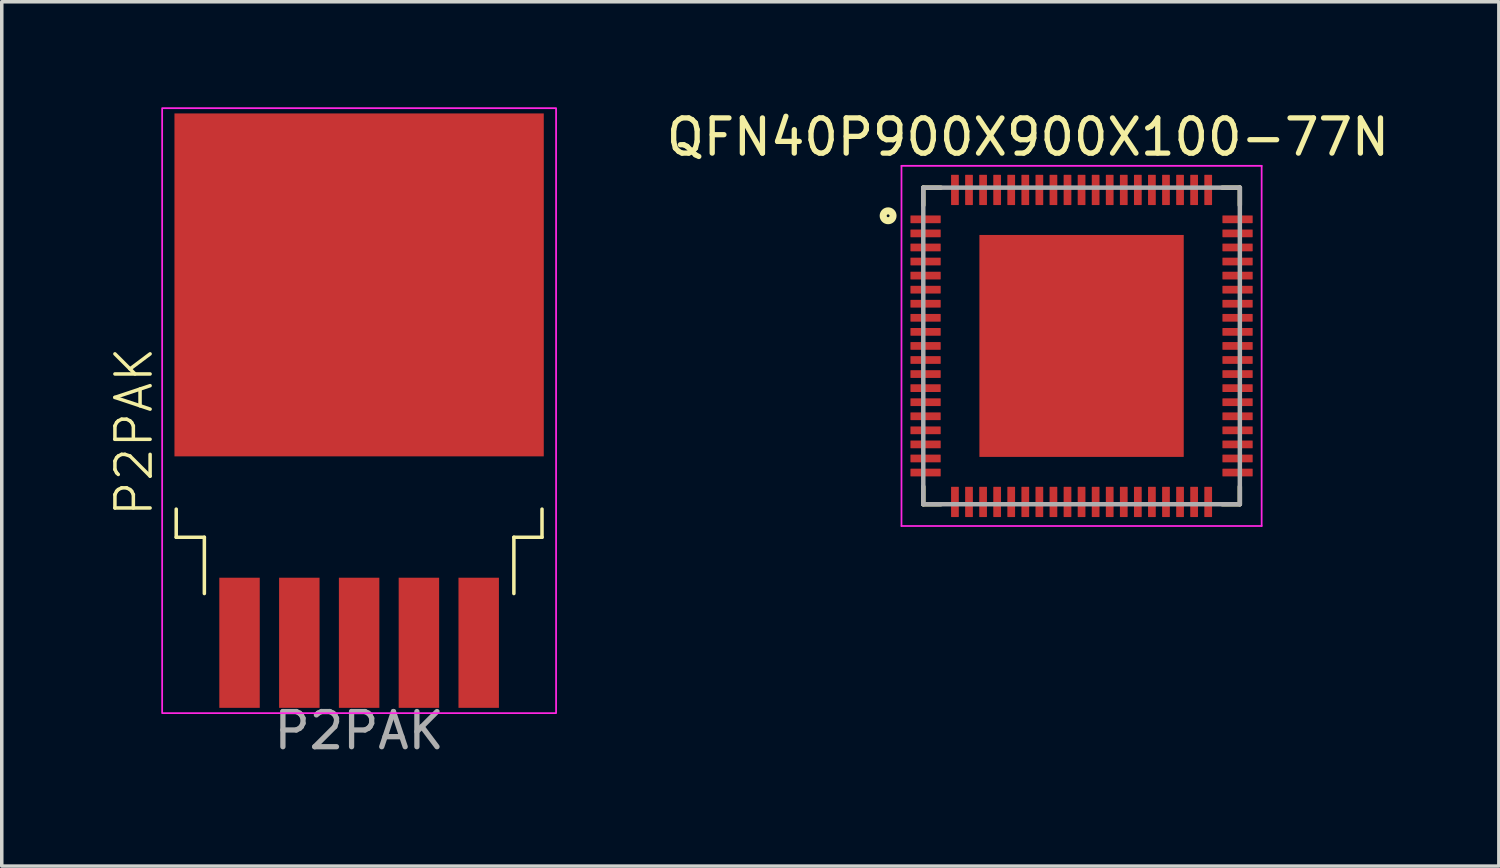
<source format=kicad_pcb>
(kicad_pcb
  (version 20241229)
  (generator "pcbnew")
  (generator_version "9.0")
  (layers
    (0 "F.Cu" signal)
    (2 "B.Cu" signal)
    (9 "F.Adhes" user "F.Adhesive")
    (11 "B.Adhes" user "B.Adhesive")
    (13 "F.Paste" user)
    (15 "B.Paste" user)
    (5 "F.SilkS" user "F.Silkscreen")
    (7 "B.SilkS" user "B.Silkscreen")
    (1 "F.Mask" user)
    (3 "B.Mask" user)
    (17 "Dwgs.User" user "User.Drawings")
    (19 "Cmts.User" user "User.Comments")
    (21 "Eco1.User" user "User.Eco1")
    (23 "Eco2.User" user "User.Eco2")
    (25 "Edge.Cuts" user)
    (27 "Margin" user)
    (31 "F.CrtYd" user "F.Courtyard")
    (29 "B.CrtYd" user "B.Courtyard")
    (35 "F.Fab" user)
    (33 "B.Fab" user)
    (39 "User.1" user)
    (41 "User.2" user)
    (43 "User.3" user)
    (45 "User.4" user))
  (footprint "QFN40P900X900X100-77N"
    (layer "F.Cu")
    (at 27.7 6.785)
    (property "Reference" "QFN40P900X900X100-77N" (at -1.525 -5.937 0) (layer "F.SilkS") (effects (font (size 1 1) (thickness 0.15))))
    (attr smd)
    (fp_line (start -4.5 -4.5) (end -4.5 -4) (stroke (width 0.127) (type solid)) (layer "F.SilkS"))
    (fp_line (start -4.5 4) (end -4.5 4.5) (stroke (width 0.127) (type solid)) (layer "F.SilkS"))
    (fp_line (start -4.5 4.5) (end -4 4.5) (stroke (width 0.127) (type solid)) (layer "F.SilkS"))
    (fp_line (start -4 -4.5) (end -4.5 -4.5) (stroke (width 0.127) (type solid)) (layer "F.SilkS"))
    (fp_line (start 4 -4.5) (end 4.5 -4.5) (stroke (width 0.127) (type solid)) (layer "F.SilkS"))
    (fp_line (start 4.5 -4.5) (end 4.5 -4) (stroke (width 0.127) (type solid)) (layer "F.SilkS"))
    (fp_line (start 4.5 4) (end 4.5 4.5) (stroke (width 0.127) (type solid)) (layer "F.SilkS"))
    (fp_line (start 4.5 4.5) (end 4 4.5) (stroke (width 0.127) (type solid)) (layer "F.SilkS"))
    (fp_circle (center -5.5 -3.7) (end -5.36 -3.7) (stroke (width 0.2) (type solid)) (fill no) (layer "F.SilkS"))
    (fp_poly (pts (xy -2.62 -2.855) (xy -1.265 -2.855) (xy -1.265 -1.348) (xy -2.62 -1.348)) (stroke (width 0.01) (type solid)) (fill yes) (layer "F.Paste"))
    (fp_poly (pts (xy -2.619 -0.755) (xy -1.265 -0.755) (xy -1.265 0.756) (xy -2.619 0.756)) (stroke (width 0.01) (type solid)) (fill yes) (layer "F.Paste"))
    (fp_poly (pts (xy -2.618 1.345) (xy -1.265 1.345) (xy -1.265 2.858) (xy -2.618 2.858)) (stroke (width 0.01) (type solid)) (fill yes) (layer "F.Paste"))
    (fp_poly (pts (xy -0.676 -0.755) (xy 0.675 -0.755) (xy 0.675 0.756) (xy -0.676 0.756)) (stroke (width 0.01) (type solid)) (fill yes) (layer "F.Paste"))
    (fp_poly (pts (xy -0.676 -2.855) (xy 0.675 -2.855) (xy 0.675 -1.347) (xy -0.676 -1.347)) (stroke (width 0.01) (type solid)) (fill yes) (layer "F.Paste"))
    (fp_poly (pts (xy -0.675 1.345) (xy 0.675 1.345) (xy 0.675 2.857) (xy -0.675 2.857)) (stroke (width 0.01) (type solid)) (fill yes) (layer "F.Paste"))
    (fp_poly (pts (xy 1.266 -0.755) (xy 2.615 -0.755) (xy 2.615 0.755) (xy 1.266 0.755)) (stroke (width 0.01) (type solid)) (fill yes) (layer "F.Paste"))
    (fp_poly (pts (xy 1.266 1.345) (xy 2.615 1.345) (xy 2.615 2.858) (xy 1.266 2.858)) (stroke (width 0.01) (type solid)) (fill yes) (layer "F.Paste"))
    (fp_poly (pts (xy 1.267 -2.855) (xy 2.615 -2.855) (xy 2.615 -1.347) (xy 1.267 -1.347)) (stroke (width 0.01) (type solid)) (fill yes) (layer "F.Paste"))
    (fp_line (start -5.12 -5.12) (end 5.12 -5.12) (stroke (width 0.05) (type solid)) (layer "F.CrtYd"))
    (fp_line (start -5.12 5.12) (end -5.12 -5.12) (stroke (width 0.05) (type solid)) (layer "F.CrtYd"))
    (fp_line (start 5.12 -5.12) (end 5.12 5.12) (stroke (width 0.05) (type solid)) (layer "F.CrtYd"))
    (fp_line (start 5.12 5.12) (end -5.12 5.12) (stroke (width 0.05) (type solid)) (layer "F.CrtYd"))
    (fp_line (start -4.5 -4.5) (end 4.5 -4.5) (stroke (width 0.127) (type solid)) (layer "F.Fab"))
    (fp_line (start -4.5 4.5) (end -4.5 -4.5) (stroke (width 0.127) (type solid)) (layer "F.Fab"))
    (fp_line (start 4.5 -4.5) (end 4.5 4.5) (stroke (width 0.127) (type solid)) (layer "F.Fab"))
    (fp_line (start 4.5 4.5) (end -4.5 4.5) (stroke (width 0.127) (type solid)) (layer "F.Fab"))
    (pad "1" smd roundrect (at -4.435 -3.6) (size 0.86 0.22) (layers "F.Cu" "F.Mask" "F.Paste") (roundrect_rratio 0.06))
    (pad "2" smd roundrect (at -4.435 -3.2) (size 0.86 0.22) (layers "F.Cu" "F.Mask" "F.Paste") (roundrect_rratio 0.06))
    (pad "3" smd roundrect (at -4.435 -2.8) (size 0.86 0.22) (layers "F.Cu" "F.Mask" "F.Paste") (roundrect_rratio 0.06))
    (pad "4" smd roundrect (at -4.435 -2.4) (size 0.86 0.22) (layers "F.Cu" "F.Mask" "F.Paste") (roundrect_rratio 0.06))
    (pad "5" smd roundrect (at -4.435 -2) (size 0.86 0.22) (layers "F.Cu" "F.Mask" "F.Paste") (roundrect_rratio 0.06))
    (pad "6" smd roundrect (at -4.435 -1.6) (size 0.86 0.22) (layers "F.Cu" "F.Mask" "F.Paste") (roundrect_rratio 0.06))
    (pad "7" smd roundrect (at -4.435 -1.2) (size 0.86 0.22) (layers "F.Cu" "F.Mask" "F.Paste") (roundrect_rratio 0.06))
    (pad "8" smd roundrect (at -4.435 -0.8) (size 0.86 0.22) (layers "F.Cu" "F.Mask" "F.Paste") (roundrect_rratio 0.06))
    (pad "9" smd roundrect (at -4.435 -0.4) (size 0.86 0.22) (layers "F.Cu" "F.Mask" "F.Paste") (roundrect_rratio 0.06))
    (pad "10" smd roundrect (at -4.435 0) (size 0.86 0.22) (layers "F.Cu" "F.Mask" "F.Paste") (roundrect_rratio 0.06))
    (pad "11" smd roundrect (at -4.435 0.4) (size 0.86 0.22) (layers "F.Cu" "F.Mask" "F.Paste") (roundrect_rratio 0.06))
    (pad "12" smd roundrect (at -4.435 0.8) (size 0.86 0.22) (layers "F.Cu" "F.Mask" "F.Paste") (roundrect_rratio 0.06))
    (pad "13" smd roundrect (at -4.435 1.2) (size 0.86 0.22) (layers "F.Cu" "F.Mask" "F.Paste") (roundrect_rratio 0.06))
    (pad "14" smd roundrect (at -4.435 1.6) (size 0.86 0.22) (layers "F.Cu" "F.Mask" "F.Paste") (roundrect_rratio 0.06))
    (pad "15" smd roundrect (at -4.435 2) (size 0.86 0.22) (layers "F.Cu" "F.Mask" "F.Paste") (roundrect_rratio 0.06))
    (pad "16" smd roundrect (at -4.435 2.4) (size 0.86 0.22) (layers "F.Cu" "F.Mask" "F.Paste") (roundrect_rratio 0.06))
    (pad "17" smd roundrect (at -4.435 2.8) (size 0.86 0.22) (layers "F.Cu" "F.Mask" "F.Paste") (roundrect_rratio 0.06))
    (pad "18" smd roundrect (at -4.435 3.2) (size 0.86 0.22) (layers "F.Cu" "F.Mask" "F.Paste") (roundrect_rratio 0.06))
    (pad "19" smd roundrect (at -4.435 3.6) (size 0.86 0.22) (layers "F.Cu" "F.Mask" "F.Paste") (roundrect_rratio 0.06))
    (pad "20" smd roundrect (at -3.6 4.435 90) (size 0.86 0.22) (layers "F.Cu" "F.Mask" "F.Paste") (roundrect_rratio 0.06))
    (pad "21" smd roundrect (at -3.2 4.435 90) (size 0.86 0.22) (layers "F.Cu" "F.Mask" "F.Paste") (roundrect_rratio 0.06))
    (pad "22" smd roundrect (at -2.8 4.435 90) (size 0.86 0.22) (layers "F.Cu" "F.Mask" "F.Paste") (roundrect_rratio 0.06))
    (pad "23" smd roundrect (at -2.4 4.435 90) (size 0.86 0.22) (layers "F.Cu" "F.Mask" "F.Paste") (roundrect_rratio 0.06))
    (pad "24" smd roundrect (at -2 4.435 90) (size 0.86 0.22) (layers "F.Cu" "F.Mask" "F.Paste") (roundrect_rratio 0.06))
    (pad "25" smd roundrect (at -1.6 4.435 90) (size 0.86 0.22) (layers "F.Cu" "F.Mask" "F.Paste") (roundrect_rratio 0.06))
    (pad "26" smd roundrect (at -1.2 4.435 90) (size 0.86 0.22) (layers "F.Cu" "F.Mask" "F.Paste") (roundrect_rratio 0.06))
    (pad "27" smd roundrect (at -0.8 4.435 90) (size 0.86 0.22) (layers "F.Cu" "F.Mask" "F.Paste") (roundrect_rratio 0.06))
    (pad "28" smd roundrect (at -0.4 4.435 90) (size 0.86 0.22) (layers "F.Cu" "F.Mask" "F.Paste") (roundrect_rratio 0.06))
    (pad "29" smd roundrect (at 0 4.435 90) (size 0.86 0.22) (layers "F.Cu" "F.Mask" "F.Paste") (roundrect_rratio 0.06))
    (pad "30" smd roundrect (at 0.4 4.435 90) (size 0.86 0.22) (layers "F.Cu" "F.Mask" "F.Paste") (roundrect_rratio 0.06))
    (pad "31" smd roundrect (at 0.8 4.435 90) (size 0.86 0.22) (layers "F.Cu" "F.Mask" "F.Paste") (roundrect_rratio 0.06))
    (pad "32" smd roundrect (at 1.2 4.435 90) (size 0.86 0.22) (layers "F.Cu" "F.Mask" "F.Paste") (roundrect_rratio 0.06))
    (pad "33" smd roundrect (at 1.6 4.435 90) (size 0.86 0.22) (layers "F.Cu" "F.Mask" "F.Paste") (roundrect_rratio 0.06))
    (pad "34" smd roundrect (at 2 4.435 90) (size 0.86 0.22) (layers "F.Cu" "F.Mask" "F.Paste") (roundrect_rratio 0.06))
    (pad "35" smd roundrect (at 2.4 4.435 90) (size 0.86 0.22) (layers "F.Cu" "F.Mask" "F.Paste") (roundrect_rratio 0.06))
    (pad "36" smd roundrect (at 2.8 4.435 90) (size 0.86 0.22) (layers "F.Cu" "F.Mask" "F.Paste") (roundrect_rratio 0.06))
    (pad "37" smd roundrect (at 3.2 4.435 90) (size 0.86 0.22) (layers "F.Cu" "F.Mask" "F.Paste") (roundrect_rratio 0.06))
    (pad "38" smd roundrect (at 3.6 4.435 90) (size 0.86 0.22) (layers "F.Cu" "F.Mask" "F.Paste") (roundrect_rratio 0.06))
    (pad "39" smd roundrect (at 4.435 3.6 180) (size 0.86 0.22) (layers "F.Cu" "F.Mask" "F.Paste") (roundrect_rratio 0.06))
    (pad "40" smd roundrect (at 4.435 3.2 180) (size 0.86 0.22) (layers "F.Cu" "F.Mask" "F.Paste") (roundrect_rratio 0.06))
    (pad "41" smd roundrect (at 4.435 2.8 180) (size 0.86 0.22) (layers "F.Cu" "F.Mask" "F.Paste") (roundrect_rratio 0.06))
    (pad "42" smd roundrect (at 4.435 2.4 180) (size 0.86 0.22) (layers "F.Cu" "F.Mask" "F.Paste") (roundrect_rratio 0.06))
    (pad "43" smd roundrect (at 4.435 2 180) (size 0.86 0.22) (layers "F.Cu" "F.Mask" "F.Paste") (roundrect_rratio 0.06))
    (pad "44" smd roundrect (at 4.435 1.6 180) (size 0.86 0.22) (layers "F.Cu" "F.Mask" "F.Paste") (roundrect_rratio 0.06))
    (pad "45" smd roundrect (at 4.435 1.2 180) (size 0.86 0.22) (layers "F.Cu" "F.Mask" "F.Paste") (roundrect_rratio 0.06))
    (pad "46" smd roundrect (at 4.435 0.8 180) (size 0.86 0.22) (layers "F.Cu" "F.Mask" "F.Paste") (roundrect_rratio 0.06))
    (pad "47" smd roundrect (at 4.435 0.4 180) (size 0.86 0.22) (layers "F.Cu" "F.Mask" "F.Paste") (roundrect_rratio 0.06))
    (pad "48" smd roundrect (at 4.435 0 180) (size 0.86 0.22) (layers "F.Cu" "F.Mask" "F.Paste") (roundrect_rratio 0.06))
    (pad "49" smd roundrect (at 4.435 -0.4 180) (size 0.86 0.22) (layers "F.Cu" "F.Mask" "F.Paste") (roundrect_rratio 0.06))
    (pad "50" smd roundrect (at 4.435 -0.8 180) (size 0.86 0.22) (layers "F.Cu" "F.Mask" "F.Paste") (roundrect_rratio 0.06))
    (pad "51" smd roundrect (at 4.435 -1.2 180) (size 0.86 0.22) (layers "F.Cu" "F.Mask" "F.Paste") (roundrect_rratio 0.06))
    (pad "52" smd roundrect (at 4.435 -1.6 180) (size 0.86 0.22) (layers "F.Cu" "F.Mask" "F.Paste") (roundrect_rratio 0.06))
    (pad "53" smd roundrect (at 4.435 -2 180) (size 0.86 0.22) (layers "F.Cu" "F.Mask" "F.Paste") (roundrect_rratio 0.06))
    (pad "54" smd roundrect (at 4.435 -2.4 180) (size 0.86 0.22) (layers "F.Cu" "F.Mask" "F.Paste") (roundrect_rratio 0.06))
    (pad "55" smd roundrect (at 4.435 -2.8 180) (size 0.86 0.22) (layers "F.Cu" "F.Mask" "F.Paste") (roundrect_rratio 0.06))
    (pad "56" smd roundrect (at 4.435 -3.2 180) (size 0.86 0.22) (layers "F.Cu" "F.Mask" "F.Paste") (roundrect_rratio 0.06))
    (pad "57" smd roundrect (at 4.435 -3.6 180) (size 0.86 0.22) (layers "F.Cu" "F.Mask" "F.Paste") (roundrect_rratio 0.06))
    (pad "58" smd roundrect (at 3.6 -4.435 270) (size 0.86 0.22) (layers "F.Cu" "F.Mask" "F.Paste") (roundrect_rratio 0.06))
    (pad "59" smd roundrect (at 3.2 -4.435 270) (size 0.86 0.22) (layers "F.Cu" "F.Mask" "F.Paste") (roundrect_rratio 0.06))
    (pad "60" smd roundrect (at 2.8 -4.435 270) (size 0.86 0.22) (layers "F.Cu" "F.Mask" "F.Paste") (roundrect_rratio 0.06))
    (pad "61" smd roundrect (at 2.4 -4.435 270) (size 0.86 0.22) (layers "F.Cu" "F.Mask" "F.Paste") (roundrect_rratio 0.06))
    (pad "62" smd roundrect (at 2 -4.435 270) (size 0.86 0.22) (layers "F.Cu" "F.Mask" "F.Paste") (roundrect_rratio 0.06))
    (pad "63" smd roundrect (at 1.6 -4.435 270) (size 0.86 0.22) (layers "F.Cu" "F.Mask" "F.Paste") (roundrect_rratio 0.06))
    (pad "64" smd roundrect (at 1.2 -4.435 270) (size 0.86 0.22) (layers "F.Cu" "F.Mask" "F.Paste") (roundrect_rratio 0.06))
    (pad "65" smd roundrect (at 0.8 -4.435 270) (size 0.86 0.22) (layers "F.Cu" "F.Mask" "F.Paste") (roundrect_rratio 0.06))
    (pad "66" smd roundrect (at 0.4 -4.435 270) (size 0.86 0.22) (layers "F.Cu" "F.Mask" "F.Paste") (roundrect_rratio 0.06))
    (pad "67" smd roundrect (at 0 -4.435 270) (size 0.86 0.22) (layers "F.Cu" "F.Mask" "F.Paste") (roundrect_rratio 0.06))
    (pad "68" smd roundrect (at -0.4 -4.435 270) (size 0.86 0.22) (layers "F.Cu" "F.Mask" "F.Paste") (roundrect_rratio 0.06))
    (pad "69" smd roundrect (at -0.8 -4.435 270) (size 0.86 0.22) (layers "F.Cu" "F.Mask" "F.Paste") (roundrect_rratio 0.06))
    (pad "70" smd roundrect (at -1.2 -4.435 270) (size 0.86 0.22) (layers "F.Cu" "F.Mask" "F.Paste") (roundrect_rratio 0.06))
    (pad "71" smd roundrect (at -1.6 -4.435 270) (size 0.86 0.22) (layers "F.Cu" "F.Mask" "F.Paste") (roundrect_rratio 0.06))
    (pad "72" smd roundrect (at -2 -4.435 270) (size 0.86 0.22) (layers "F.Cu" "F.Mask" "F.Paste") (roundrect_rratio 0.06))
    (pad "73" smd roundrect (at -2.4 -4.435 270) (size 0.86 0.22) (layers "F.Cu" "F.Mask" "F.Paste") (roundrect_rratio 0.06))
    (pad "74" smd roundrect (at -2.8 -4.435 270) (size 0.86 0.22) (layers "F.Cu" "F.Mask" "F.Paste") (roundrect_rratio 0.06))
    (pad "75" smd roundrect (at -3.2 -4.435 270) (size 0.86 0.22) (layers "F.Cu" "F.Mask" "F.Paste") (roundrect_rratio 0.06))
    (pad "76" smd roundrect (at -3.6 -4.435 270) (size 0.86 0.22) (layers "F.Cu" "F.Mask" "F.Paste") (roundrect_rratio 0.06))
    (pad "77" smd rect (at 0 0) (size 5.81 6.31) (layers "F.Cu" "F.Mask")))
  (footprint "P2PAK"
    (layer "F.Cu")
    (at 7.16 15.225)
    (property "Reference" "P2PAK" (at -6.4 -6 90) (unlocked yes) (layer "F.SilkS") (effects (font (size 1 1) (thickness 0.1))))
    (attr smd)
    (fp_line (start -5.2 -3.8) (end -5.2 -3) (stroke (width 0.1) (type default)) (layer "F.SilkS"))
    (fp_line (start -5.2 -3) (end -4.4 -3) (stroke (width 0.1) (type default)) (layer "F.SilkS"))
    (fp_line (start -4.4 -3) (end -4.4 -1.4) (stroke (width 0.1) (type default)) (layer "F.SilkS"))
    (fp_line (start 4.4 -3) (end 4.4 -1.4) (stroke (width 0.1) (type default)) (layer "F.SilkS"))
    (fp_line (start 5.2 -3.8) (end 5.2 -3) (stroke (width 0.1) (type default)) (layer "F.SilkS"))
    (fp_line (start 5.2 -3) (end 4.4 -3) (stroke (width 0.1) (type default)) (layer "F.SilkS"))
    (fp_rect (start -5.6 -15.2) (end 5.6 2) (stroke (width 0.05) (type default)) (fill no) (layer "F.CrtYd"))
    (fp_text user "${REFERENCE}" (at 0 2.5 0) (unlocked yes) (layer "F.Fab") (effects (font (size 1 1) (thickness 0.15))))
    (pad "1" smd rect (at -3.4 0) (size 1.15 3.7) (layers "F.Cu" "F.Mask" "F.Paste"))
    (pad "2" smd rect (at -1.7 0) (size 1.15 3.7) (layers "F.Cu" "F.Mask" "F.Paste"))
    (pad "3" smd rect (at 0 0) (size 1.15 3.7) (layers "F.Cu" "F.Mask" "F.Paste"))
    (pad "4" smd rect (at 1.7 0) (size 1.15 3.7) (layers "F.Cu" "F.Mask" "F.Paste"))
    (pad "5" smd rect (at 3.4 0) (size 1.15 3.7) (layers "F.Cu" "F.Mask" "F.Paste"))
    (pad "6" smd rect (at 0 -10.175) (size 10.5 9.75) (layers "F.Cu" "F.Mask" "F.Paste")))
  (gr_rect
    (start -3 -3)
    (end 39.564 21.573)
    (stroke (width 0.1) (type default))
    (fill no)
    (layer "Edge.Cuts")))
</source>
